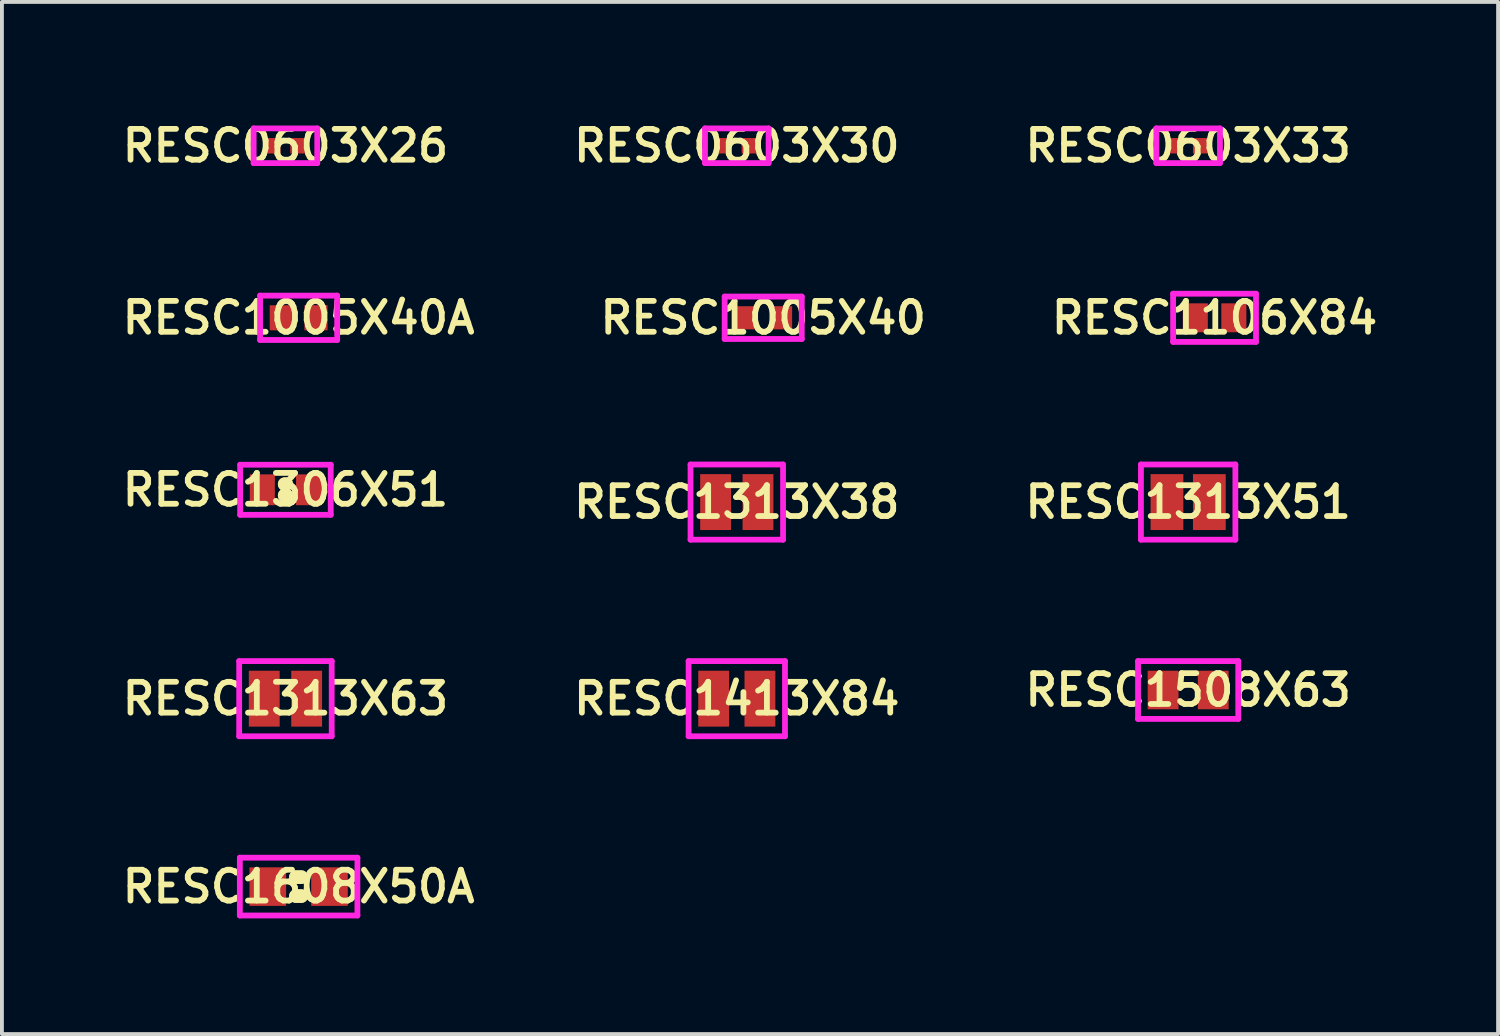
<source format=kicad_pcb>
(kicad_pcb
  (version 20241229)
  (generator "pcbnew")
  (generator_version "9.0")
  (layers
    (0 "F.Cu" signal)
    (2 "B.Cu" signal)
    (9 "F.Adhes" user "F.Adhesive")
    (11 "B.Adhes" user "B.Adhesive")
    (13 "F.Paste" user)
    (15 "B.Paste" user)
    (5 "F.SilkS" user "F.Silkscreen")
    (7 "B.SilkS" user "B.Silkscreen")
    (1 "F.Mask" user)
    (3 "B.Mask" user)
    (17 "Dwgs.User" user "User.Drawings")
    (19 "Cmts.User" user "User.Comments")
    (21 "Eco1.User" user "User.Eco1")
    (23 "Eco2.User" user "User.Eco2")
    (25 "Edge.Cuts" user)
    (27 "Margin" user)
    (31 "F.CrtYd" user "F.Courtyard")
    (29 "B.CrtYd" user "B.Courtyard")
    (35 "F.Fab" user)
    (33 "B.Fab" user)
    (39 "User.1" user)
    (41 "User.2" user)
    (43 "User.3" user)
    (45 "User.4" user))
  (footprint "RESC1413X84"
    (layer "F.Cu")
    (at 16.064 15.075)
    (property "Reference" "RESC1413X84" (at 0 0 0) (layer "F.SilkS") (effects (font (size 0.8 0.8) (thickness 0.15))))
    (attr smd)
    (fp_line (start -1.25 -0.975) (end 1.25 -0.975) (stroke (width 0.15) (type solid)) (layer "F.CrtYd"))
    (fp_line (start -1.25 0.975) (end -1.25 -0.975) (stroke (width 0.15) (type solid)) (layer "F.CrtYd"))
    (fp_line (start 1.25 -0.975) (end 1.25 0.975) (stroke (width 0.15) (type solid)) (layer "F.CrtYd"))
    (fp_line (start 1.25 0.975) (end -1.25 0.975) (stroke (width 0.15) (type solid)) (layer "F.CrtYd"))
    (pad "1" smd rect (at -0.6 0) (size 0.8 1.45) (layers "F.Cu" "F.Mask" "F.Paste"))
    (pad "2" smd rect (at 0.6 0) (size 0.8 1.45) (layers "F.Cu" "F.Mask" "F.Paste")))
  (footprint "RESC0603X26"
    (layer "F.Cu")
    (at 4.355 0.731)
    (property "Reference" "RESC0603X26" (at 0 0 0) (layer "F.SilkS") (effects (font (size 0.8 0.8) (thickness 0.15))))
    (attr smd)
    (fp_line (start -0.825 -0.45) (end 0.825 -0.45) (stroke (width 0.15) (type solid)) (layer "F.CrtYd"))
    (fp_line (start -0.825 0.45) (end -0.825 -0.45) (stroke (width 0.15) (type solid)) (layer "F.CrtYd"))
    (fp_line (start 0.825 -0.45) (end 0.825 0.45) (stroke (width 0.15) (type solid)) (layer "F.CrtYd"))
    (fp_line (start 0.825 0.45) (end -0.825 0.45) (stroke (width 0.15) (type solid)) (layer "F.CrtYd"))
    (pad "1" smd rect (at -0.35 0) (size 0.45 0.4) (layers "F.Cu" "F.Mask" "F.Paste"))
    (pad "2" smd rect (at 0.35 0) (size 0.45 0.4) (layers "F.Cu" "F.Mask" "F.Paste")))
  (footprint "RESC1313X63"
    (layer "F.Cu")
    (at 4.355 15.075)
    (property "Reference" "RESC1313X63" (at 0 0 0) (layer "F.SilkS") (effects (font (size 0.8 0.8) (thickness 0.15))))
    (attr smd)
    (fp_line (start -1.2 -0.975) (end 1.2 -0.975) (stroke (width 0.15) (type solid)) (layer "F.CrtYd"))
    (fp_line (start -1.2 0.975) (end -1.2 -0.975) (stroke (width 0.15) (type solid)) (layer "F.CrtYd"))
    (fp_line (start 1.2 -0.975) (end 1.2 0.975) (stroke (width 0.15) (type solid)) (layer "F.CrtYd"))
    (fp_line (start 1.2 0.975) (end -1.2 0.975) (stroke (width 0.15) (type solid)) (layer "F.CrtYd"))
    (pad "1" smd rect (at -0.55 0) (size 0.8 1.45) (layers "F.Cu" "F.Mask" "F.Paste"))
    (pad "2" smd rect (at 0.55 0) (size 0.8 1.45) (layers "F.Cu" "F.Mask" "F.Paste")))
  (footprint "RESC1005X40A"
    (layer "F.Cu")
    (at 4.697 5.194)
    (property "Reference" "RESC1005X40A" (at 0 0 0) (layer "F.SilkS") (effects (font (size 0.8 0.8) (thickness 0.15))))
    (attr smd)
    (fp_line (start -1 -0.575) (end 1 -0.575) (stroke (width 0.15) (type solid)) (layer "F.CrtYd"))
    (fp_line (start -1 0.575) (end -1 -0.575) (stroke (width 0.15) (type solid)) (layer "F.CrtYd"))
    (fp_line (start 1 -0.575) (end 1 0.575) (stroke (width 0.15) (type solid)) (layer "F.CrtYd"))
    (fp_line (start 1 0.575) (end -1 0.575) (stroke (width 0.15) (type solid)) (layer "F.CrtYd"))
    (pad "1" smd rect (at -0.45 0) (size 0.6 0.65) (layers "F.Cu" "F.Mask" "F.Paste"))
    (pad "2" smd rect (at 0.45 0) (size 0.6 0.65) (layers "F.Cu" "F.Mask" "F.Paste")))
  (footprint "RESC1313X51"
    (layer "F.Cu")
    (at 27.773 9.975)
    (property "Reference" "RESC1313X51" (at 0 0 0) (layer "F.SilkS") (effects (font (size 0.8 0.8) (thickness 0.15))))
    (attr smd)
    (fp_line (start -1.225 -0.975) (end 1.225 -0.975) (stroke (width 0.15) (type solid)) (layer "F.CrtYd"))
    (fp_line (start -1.225 0.975) (end -1.225 -0.975) (stroke (width 0.15) (type solid)) (layer "F.CrtYd"))
    (fp_line (start 1.225 -0.975) (end 1.225 0.975) (stroke (width 0.15) (type solid)) (layer "F.CrtYd"))
    (fp_line (start 1.225 0.975) (end -1.225 0.975) (stroke (width 0.15) (type solid)) (layer "F.CrtYd"))
    (pad "1" smd rect (at -0.55 0) (size 0.85 1.45) (layers "F.Cu" "F.Mask" "F.Paste"))
    (pad "2" smd rect (at 0.55 0) (size 0.85 1.45) (layers "F.Cu" "F.Mask" "F.Paste")))
  (footprint "RESC1106X84"
    (layer "F.Cu")
    (at 28.458 5.194)
    (property "Reference" "RESC1106X84" (at 0 0 0) (layer "F.SilkS") (effects (font (size 0.8 0.8) (thickness 0.15))))
    (attr smd)
    (fp_line (start -1.075 -0.625) (end 1.075 -0.625) (stroke (width 0.15) (type solid)) (layer "F.CrtYd"))
    (fp_line (start -1.075 0.625) (end -1.075 -0.625) (stroke (width 0.15) (type solid)) (layer "F.CrtYd"))
    (fp_line (start 1.075 -0.625) (end 1.075 0.625) (stroke (width 0.15) (type solid)) (layer "F.CrtYd"))
    (fp_line (start 1.075 0.625) (end -1.075 0.625) (stroke (width 0.15) (type solid)) (layer "F.CrtYd"))
    (pad "1" smd rect (at -0.5 0) (size 0.65 0.75) (layers "F.Cu" "F.Mask" "F.Paste"))
    (pad "2" smd rect (at 0.5 0) (size 0.65 0.75) (layers "F.Cu" "F.Mask" "F.Paste")))
  (footprint "RESC0603X30"
    (layer "F.Cu")
    (at 16.064 0.731)
    (property "Reference" "RESC0603X30" (at 0 0 0) (layer "F.SilkS") (effects (font (size 0.8 0.8) (thickness 0.15))))
    (attr smd)
    (fp_line (start -0.825 -0.45) (end 0.825 -0.45) (stroke (width 0.15) (type solid)) (layer "F.CrtYd"))
    (fp_line (start -0.825 0.45) (end -0.825 -0.45) (stroke (width 0.15) (type solid)) (layer "F.CrtYd"))
    (fp_line (start 0.825 -0.45) (end 0.825 0.45) (stroke (width 0.15) (type solid)) (layer "F.CrtYd"))
    (fp_line (start 0.825 0.45) (end -0.825 0.45) (stroke (width 0.15) (type solid)) (layer "F.CrtYd"))
    (pad "1" smd rect (at -0.35 0) (size 0.45 0.4) (layers "F.Cu" "F.Mask" "F.Paste"))
    (pad "2" smd rect (at 0.35 0) (size 0.45 0.4) (layers "F.Cu" "F.Mask" "F.Paste")))
  (footprint "RESC1313X38"
    (layer "F.Cu")
    (at 16.064 9.975)
    (property "Reference" "RESC1313X38" (at 0 0 0) (layer "F.SilkS") (effects (font (size 0.8 0.8) (thickness 0.15))))
    (attr smd)
    (fp_line (start -1.2 -0.975) (end 1.2 -0.975) (stroke (width 0.15) (type solid)) (layer "F.CrtYd"))
    (fp_line (start -1.2 0.975) (end -1.2 -0.975) (stroke (width 0.15) (type solid)) (layer "F.CrtYd"))
    (fp_line (start 1.2 -0.975) (end 1.2 0.975) (stroke (width 0.15) (type solid)) (layer "F.CrtYd"))
    (fp_line (start 1.2 0.975) (end -1.2 0.975) (stroke (width 0.15) (type solid)) (layer "F.CrtYd"))
    (pad "1" smd rect (at -0.55 0) (size 0.8 1.45) (layers "F.Cu" "F.Mask" "F.Paste"))
    (pad "2" smd rect (at 0.55 0) (size 0.8 1.45) (layers "F.Cu" "F.Mask" "F.Paste")))
  (footprint "RESC1508X63"
    (layer "F.Cu")
    (at 27.773 14.85)
    (property "Reference" "RESC1508X63" (at 0 0 0) (layer "F.SilkS") (effects (font (size 0.8 0.8) (thickness 0.15))))
    (attr smd)
    (fp_line (start -1.3 -0.75) (end 1.3 -0.75) (stroke (width 0.15) (type solid)) (layer "F.CrtYd"))
    (fp_line (start -1.3 0.75) (end -1.3 -0.75) (stroke (width 0.15) (type solid)) (layer "F.CrtYd"))
    (fp_line (start 1.3 -0.75) (end 1.3 0.75) (stroke (width 0.15) (type solid)) (layer "F.CrtYd"))
    (fp_line (start 1.3 0.75) (end -1.3 0.75) (stroke (width 0.15) (type solid)) (layer "F.CrtYd"))
    (pad "1" smd rect (at -0.65 0) (size 0.8 1) (layers "F.Cu" "F.Mask" "F.Paste"))
    (pad "2" smd rect (at 0.65 0) (size 0.8 1) (layers "F.Cu" "F.Mask" "F.Paste")))
  (footprint "RESC1608X50A"
    (layer "F.Cu")
    (at 4.697 19.95)
    (property "Reference" "RESC1608X50A" (at 0 0 0) (layer "F.SilkS") (effects (font (size 0.8 0.8) (thickness 0.15))))
    (attr through_hole)
    (fp_line (start -0.071 -0.246) (end 0.071 -0.246) (stroke (width 0.35) (type solid)) (layer "F.SilkS"))
    (fp_line (start -0.071 0.246) (end 0.071 0.246) (stroke (width 0.35) (type solid)) (layer "F.SilkS"))
    (fp_line (start 0.071 -0.246) (end -0.071 -0.246) (stroke (width 0.35) (type solid)) (layer "F.SilkS"))
    (fp_line (start 0.071 0.246) (end -0.071 0.246) (stroke (width 0.35) (type solid)) (layer "F.SilkS"))
    (fp_line (start -1.525 -0.75) (end 1.525 -0.75) (stroke (width 0.15) (type solid)) (layer "F.CrtYd"))
    (fp_line (start -1.525 0.75) (end -1.525 -0.75) (stroke (width 0.15) (type solid)) (layer "F.CrtYd"))
    (fp_line (start 1.525 -0.75) (end 1.525 0.75) (stroke (width 0.15) (type solid)) (layer "F.CrtYd"))
    (fp_line (start 1.525 0.75) (end -1.525 0.75) (stroke (width 0.15) (type solid)) (layer "F.CrtYd"))
    (pad "1" smd rect (at -0.8 0) (size 0.95 1) (layers "F.Cu" "F.Mask" "F.Paste"))
    (pad "2" smd rect (at 0.8 0) (size 0.95 1) (layers "F.Cu" "F.Mask" "F.Paste")))
  (footprint "RESC1005X40"
    (layer "F.Cu")
    (at 16.749 5.194)
    (property "Reference" "RESC1005X40" (at 0 0 0) (layer "F.SilkS") (effects (font (size 0.8 0.8) (thickness 0.15))))
    (attr smd)
    (fp_line (start -1 -0.55) (end 1 -0.55) (stroke (width 0.15) (type solid)) (layer "F.CrtYd"))
    (fp_line (start -1 0.55) (end -1 -0.55) (stroke (width 0.15) (type solid)) (layer "F.CrtYd"))
    (fp_line (start 1 -0.55) (end 1 0.55) (stroke (width 0.15) (type solid)) (layer "F.CrtYd"))
    (fp_line (start 1 0.55) (end -1 0.55) (stroke (width 0.15) (type solid)) (layer "F.CrtYd"))
    (pad "1" smd rect (at -0.45 0) (size 0.6 0.6) (layers "F.Cu" "F.Mask" "F.Paste"))
    (pad "2" smd rect (at 0.45 0) (size 0.6 0.6) (layers "F.Cu" "F.Mask" "F.Paste")))
  (footprint "RESC1306X51"
    (layer "F.Cu")
    (at 4.355 9.656)
    (property "Reference" "RESC1306X51" (at 0 0 0) (layer "F.SilkS") (effects (font (size 0.8 0.8) (thickness 0.15))))
    (attr smd)
    (fp_line (start -0.021 -0.146) (end 0.021 -0.146) (stroke (width 0.35) (type solid)) (layer "F.SilkS"))
    (fp_line (start -0.021 0.146) (end 0.021 0.146) (stroke (width 0.35) (type solid)) (layer "F.SilkS"))
    (fp_line (start 0.021 -0.146) (end -0.021 -0.146) (stroke (width 0.35) (type solid)) (layer "F.SilkS"))
    (fp_line (start 0.021 0.146) (end -0.021 0.146) (stroke (width 0.35) (type solid)) (layer "F.SilkS"))
    (fp_line (start -1.175 -0.65) (end 1.175 -0.65) (stroke (width 0.15) (type solid)) (layer "F.CrtYd"))
    (fp_line (start -1.175 0.65) (end -1.175 -0.65) (stroke (width 0.15) (type solid)) (layer "F.CrtYd"))
    (fp_line (start 1.175 -0.65) (end 1.175 0.65) (stroke (width 0.15) (type solid)) (layer "F.CrtYd"))
    (fp_line (start 1.175 0.65) (end -1.175 0.65) (stroke (width 0.15) (type solid)) (layer "F.CrtYd"))
    (pad "1" smd rect (at -0.6 0) (size 0.65 0.8) (layers "F.Cu" "F.Mask" "F.Paste"))
    (pad "2" smd rect (at 0.6 0) (size 0.65 0.8) (layers "F.Cu" "F.Mask" "F.Paste")))
  (footprint "RESC0603X33"
    (layer "F.Cu")
    (at 27.773 0.731)
    (property "Reference" "RESC0603X33" (at 0 0 0) (layer "F.SilkS") (effects (font (size 0.8 0.8) (thickness 0.15))))
    (attr smd)
    (fp_line (start -0.825 -0.45) (end 0.825 -0.45) (stroke (width 0.15) (type solid)) (layer "F.CrtYd"))
    (fp_line (start -0.825 0.45) (end -0.825 -0.45) (stroke (width 0.15) (type solid)) (layer "F.CrtYd"))
    (fp_line (start 0.825 -0.45) (end 0.825 0.45) (stroke (width 0.15) (type solid)) (layer "F.CrtYd"))
    (fp_line (start 0.825 0.45) (end -0.825 0.45) (stroke (width 0.15) (type solid)) (layer "F.CrtYd"))
    (pad "1" smd rect (at -0.35 0) (size 0.45 0.4) (layers "F.Cu" "F.Mask" "F.Paste"))
    (pad "2" smd rect (at 0.35 0) (size 0.45 0.4) (layers "F.Cu" "F.Mask" "F.Paste")))
  (gr_rect
    (start -3 -3)
    (end 35.813 23.775)
    (stroke (width 0.1) (type default))
    (fill no)
    (layer "Edge.Cuts")))
</source>
